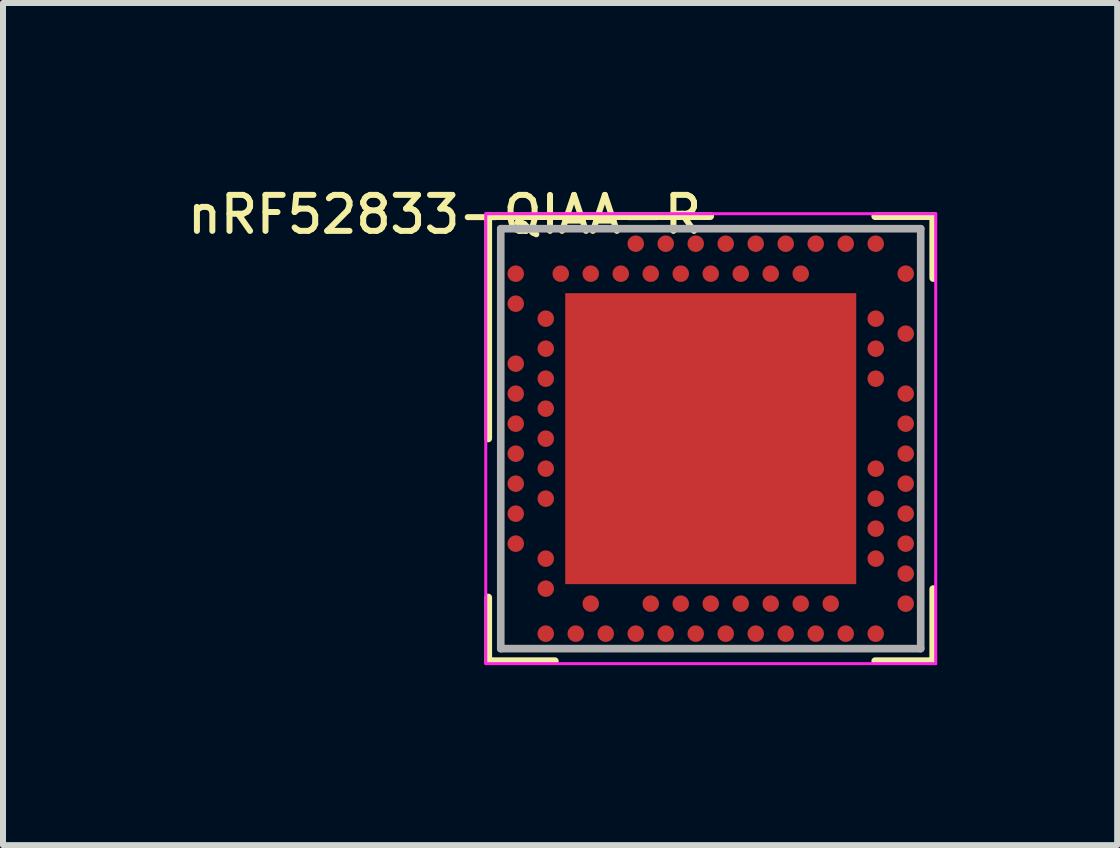
<source format=kicad_pcb>
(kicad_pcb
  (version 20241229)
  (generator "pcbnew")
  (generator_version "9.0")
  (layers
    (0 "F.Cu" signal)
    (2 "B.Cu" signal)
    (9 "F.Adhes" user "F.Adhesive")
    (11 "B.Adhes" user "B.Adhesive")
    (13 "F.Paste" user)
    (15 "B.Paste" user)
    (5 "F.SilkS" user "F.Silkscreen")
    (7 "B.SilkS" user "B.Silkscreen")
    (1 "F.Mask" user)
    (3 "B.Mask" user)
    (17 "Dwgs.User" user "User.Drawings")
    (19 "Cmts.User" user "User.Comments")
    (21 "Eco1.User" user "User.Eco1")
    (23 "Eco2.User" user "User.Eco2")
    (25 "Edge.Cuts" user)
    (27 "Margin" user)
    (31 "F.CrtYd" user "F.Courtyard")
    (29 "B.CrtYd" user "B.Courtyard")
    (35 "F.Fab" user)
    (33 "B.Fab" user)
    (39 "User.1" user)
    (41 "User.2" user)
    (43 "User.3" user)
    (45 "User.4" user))
  (footprint "nRF52833-QIAA-R"
    (layer "F.Cu")
    (at 8.797 4.262)
    (property "Reference" "nRF52833-QIAA-R" (at -4.436 -3.736 0) (layer "F.SilkS") (effects (font (size 0.6 0.6) (thickness 0.1))))
    (attr through_hole)
    (fp_circle (center -3.25 -2.75) (end -3.169 -2.75) (stroke (width 0.163) (type solid)) (fill no) (layer "F.Mask"))
    (fp_circle (center -3.25 -2.25) (end -3.169 -2.25) (stroke (width 0.163) (type solid)) (fill no) (layer "F.Mask"))
    (fp_circle (center -3.25 -1.25) (end -3.169 -1.25) (stroke (width 0.163) (type solid)) (fill no) (layer "F.Mask"))
    (fp_circle (center -3.25 -0.75) (end -3.169 -0.75) (stroke (width 0.163) (type solid)) (fill no) (layer "F.Mask"))
    (fp_circle (center -3.25 -0.25) (end -3.169 -0.25) (stroke (width 0.163) (type solid)) (fill no) (layer "F.Mask"))
    (fp_circle (center -3.25 0.25) (end -3.169 0.25) (stroke (width 0.163) (type solid)) (fill no) (layer "F.Mask"))
    (fp_circle (center -3.25 0.75) (end -3.169 0.75) (stroke (width 0.163) (type solid)) (fill no) (layer "F.Mask"))
    (fp_circle (center -3.25 1.25) (end -3.169 1.25) (stroke (width 0.163) (type solid)) (fill no) (layer "F.Mask"))
    (fp_circle (center -3.25 1.75) (end -3.169 1.75) (stroke (width 0.163) (type solid)) (fill no) (layer "F.Mask"))
    (fp_circle (center -2.75 -2) (end -2.669 -2) (stroke (width 0.163) (type solid)) (fill no) (layer "F.Mask"))
    (fp_circle (center -2.75 -1.5) (end -2.669 -1.5) (stroke (width 0.163) (type solid)) (fill no) (layer "F.Mask"))
    (fp_circle (center -2.75 -1) (end -2.669 -1) (stroke (width 0.163) (type solid)) (fill no) (layer "F.Mask"))
    (fp_circle (center -2.75 -0.5) (end -2.669 -0.5) (stroke (width 0.163) (type solid)) (fill no) (layer "F.Mask"))
    (fp_circle (center -2.75 0) (end -2.669 0) (stroke (width 0.163) (type solid)) (fill no) (layer "F.Mask"))
    (fp_circle (center -2.75 0.5) (end -2.669 0.5) (stroke (width 0.163) (type solid)) (fill no) (layer "F.Mask"))
    (fp_circle (center -2.75 1) (end -2.669 1) (stroke (width 0.163) (type solid)) (fill no) (layer "F.Mask"))
    (fp_circle (center -2.75 2) (end -2.669 2) (stroke (width 0.163) (type solid)) (fill no) (layer "F.Mask"))
    (fp_circle (center -2.75 2.5) (end -2.669 2.5) (stroke (width 0.163) (type solid)) (fill no) (layer "F.Mask"))
    (fp_circle (center -2.75 3.25) (end -2.669 3.25) (stroke (width 0.163) (type solid)) (fill no) (layer "F.Mask"))
    (fp_circle (center -2.5 -2.75) (end -2.419 -2.75) (stroke (width 0.163) (type solid)) (fill no) (layer "F.Mask"))
    (fp_circle (center -2.25 3.25) (end -2.169 3.25) (stroke (width 0.163) (type solid)) (fill no) (layer "F.Mask"))
    (fp_circle (center -2 -2.75) (end -1.919 -2.75) (stroke (width 0.163) (type solid)) (fill no) (layer "F.Mask"))
    (fp_circle (center -2 2.75) (end -1.919 2.75) (stroke (width 0.163) (type solid)) (fill no) (layer "F.Mask"))
    (fp_circle (center -1.75 3.25) (end -1.669 3.25) (stroke (width 0.163) (type solid)) (fill no) (layer "F.Mask"))
    (fp_circle (center -1.5 -2.75) (end -1.419 -2.75) (stroke (width 0.163) (type solid)) (fill no) (layer "F.Mask"))
    (fp_circle (center -1.25 -3.25) (end -1.169 -3.25) (stroke (width 0.163) (type solid)) (fill no) (layer "F.Mask"))
    (fp_circle (center -1.25 3.25) (end -1.169 3.25) (stroke (width 0.163) (type solid)) (fill no) (layer "F.Mask"))
    (fp_circle (center -1 -2.75) (end -0.919 -2.75) (stroke (width 0.163) (type solid)) (fill no) (layer "F.Mask"))
    (fp_circle (center -1 2.75) (end -0.919 2.75) (stroke (width 0.163) (type solid)) (fill no) (layer "F.Mask"))
    (fp_circle (center -0.75 -3.25) (end -0.669 -3.25) (stroke (width 0.163) (type solid)) (fill no) (layer "F.Mask"))
    (fp_circle (center -0.75 3.25) (end -0.669 3.25) (stroke (width 0.163) (type solid)) (fill no) (layer "F.Mask"))
    (fp_circle (center -0.5 -2.75) (end -0.419 -2.75) (stroke (width 0.163) (type solid)) (fill no) (layer "F.Mask"))
    (fp_circle (center -0.5 2.75) (end -0.419 2.75) (stroke (width 0.163) (type solid)) (fill no) (layer "F.Mask"))
    (fp_circle (center -0.25 -3.25) (end -0.169 -3.25) (stroke (width 0.163) (type solid)) (fill no) (layer "F.Mask"))
    (fp_circle (center -0.25 3.25) (end -0.169 3.25) (stroke (width 0.163) (type solid)) (fill no) (layer "F.Mask"))
    (fp_circle (center 0 -2.75) (end 0.081 -2.75) (stroke (width 0.163) (type solid)) (fill no) (layer "F.Mask"))
    (fp_circle (center 0 2.75) (end 0.081 2.75) (stroke (width 0.163) (type solid)) (fill no) (layer "F.Mask"))
    (fp_circle (center 0.25 -3.25) (end 0.331 -3.25) (stroke (width 0.163) (type solid)) (fill no) (layer "F.Mask"))
    (fp_circle (center 0.25 3.25) (end 0.331 3.25) (stroke (width 0.163) (type solid)) (fill no) (layer "F.Mask"))
    (fp_circle (center 0.5 -2.75) (end 0.581 -2.75) (stroke (width 0.163) (type solid)) (fill no) (layer "F.Mask"))
    (fp_circle (center 0.5 2.75) (end 0.581 2.75) (stroke (width 0.163) (type solid)) (fill no) (layer "F.Mask"))
    (fp_circle (center 0.75 -3.25) (end 0.831 -3.25) (stroke (width 0.163) (type solid)) (fill no) (layer "F.Mask"))
    (fp_circle (center 0.75 3.25) (end 0.831 3.25) (stroke (width 0.163) (type solid)) (fill no) (layer "F.Mask"))
    (fp_circle (center 1 -2.75) (end 1.081 -2.75) (stroke (width 0.163) (type solid)) (fill no) (layer "F.Mask"))
    (fp_circle (center 1 2.75) (end 1.081 2.75) (stroke (width 0.163) (type solid)) (fill no) (layer "F.Mask"))
    (fp_circle (center 1.25 -3.25) (end 1.331 -3.25) (stroke (width 0.163) (type solid)) (fill no) (layer "F.Mask"))
    (fp_circle (center 1.25 3.25) (end 1.331 3.25) (stroke (width 0.163) (type solid)) (fill no) (layer "F.Mask"))
    (fp_circle (center 1.5 -2.75) (end 1.581 -2.75) (stroke (width 0.163) (type solid)) (fill no) (layer "F.Mask"))
    (fp_circle (center 1.5 2.75) (end 1.581 2.75) (stroke (width 0.163) (type solid)) (fill no) (layer "F.Mask"))
    (fp_circle (center 1.75 -3.25) (end 1.831 -3.25) (stroke (width 0.163) (type solid)) (fill no) (layer "F.Mask"))
    (fp_circle (center 1.75 3.25) (end 1.831 3.25) (stroke (width 0.163) (type solid)) (fill no) (layer "F.Mask"))
    (fp_circle (center 2 2.75) (end 2.081 2.75) (stroke (width 0.163) (type solid)) (fill no) (layer "F.Mask"))
    (fp_circle (center 2.25 -3.25) (end 2.331 -3.25) (stroke (width 0.163) (type solid)) (fill no) (layer "F.Mask"))
    (fp_circle (center 2.25 3.25) (end 2.331 3.25) (stroke (width 0.163) (type solid)) (fill no) (layer "F.Mask"))
    (fp_circle (center 2.75 -3.25) (end 2.831 -3.25) (stroke (width 0.163) (type solid)) (fill no) (layer "F.Mask"))
    (fp_circle (center 2.75 -2) (end 2.831 -2) (stroke (width 0.163) (type solid)) (fill no) (layer "F.Mask"))
    (fp_circle (center 2.75 -1.5) (end 2.831 -1.5) (stroke (width 0.163) (type solid)) (fill no) (layer "F.Mask"))
    (fp_circle (center 2.75 -1) (end 2.831 -1) (stroke (width 0.163) (type solid)) (fill no) (layer "F.Mask"))
    (fp_circle (center 2.75 0.5) (end 2.831 0.5) (stroke (width 0.163) (type solid)) (fill no) (layer "F.Mask"))
    (fp_circle (center 2.75 1) (end 2.831 1) (stroke (width 0.163) (type solid)) (fill no) (layer "F.Mask"))
    (fp_circle (center 2.75 1.5) (end 2.831 1.5) (stroke (width 0.163) (type solid)) (fill no) (layer "F.Mask"))
    (fp_circle (center 2.75 2) (end 2.831 2) (stroke (width 0.163) (type solid)) (fill no) (layer "F.Mask"))
    (fp_circle (center 2.75 3.25) (end 2.831 3.25) (stroke (width 0.163) (type solid)) (fill no) (layer "F.Mask"))
    (fp_circle (center 3.25 -2.75) (end 3.331 -2.75) (stroke (width 0.163) (type solid)) (fill no) (layer "F.Mask"))
    (fp_circle (center 3.25 -1.75) (end 3.331 -1.75) (stroke (width 0.163) (type solid)) (fill no) (layer "F.Mask"))
    (fp_circle (center 3.25 -0.75) (end 3.331 -0.75) (stroke (width 0.163) (type solid)) (fill no) (layer "F.Mask"))
    (fp_circle (center 3.25 -0.25) (end 3.331 -0.25) (stroke (width 0.163) (type solid)) (fill no) (layer "F.Mask"))
    (fp_circle (center 3.25 0.25) (end 3.331 0.25) (stroke (width 0.163) (type solid)) (fill no) (layer "F.Mask"))
    (fp_circle (center 3.25 0.75) (end 3.331 0.75) (stroke (width 0.163) (type solid)) (fill no) (layer "F.Mask"))
    (fp_circle (center 3.25 1.25) (end 3.331 1.25) (stroke (width 0.163) (type solid)) (fill no) (layer "F.Mask"))
    (fp_circle (center 3.25 1.75) (end 3.331 1.75) (stroke (width 0.163) (type solid)) (fill no) (layer "F.Mask"))
    (fp_circle (center 3.25 2.25) (end 3.331 2.25) (stroke (width 0.163) (type solid)) (fill no) (layer "F.Mask"))
    (fp_circle (center 3.25 2.75) (end 3.331 2.75) (stroke (width 0.163) (type solid)) (fill no) (layer "F.Mask"))
    (fp_line (start -3.708 -0.003) (end -3.708 -3.708) (stroke (width 0.127) (type solid)) (layer "F.SilkS"))
    (fp_line (start -3.708 -3.708) (end -0.008 -3.708) (stroke (width 0.127) (type solid)) (layer "F.SilkS"))
    (fp_line (start -3.708 3.708) (end -3.708 2.647) (stroke (width 0.127) (type solid)) (layer "F.SilkS"))
    (fp_line (start -2.598 3.708) (end -3.708 3.708) (stroke (width 0.127) (type solid)) (layer "F.SilkS"))
    (fp_line (start 2.741 -3.708) (end 3.708 -3.708) (stroke (width 0.127) (type solid)) (layer "F.SilkS"))
    (fp_line (start 3.708 -3.708) (end 3.708 -2.677) (stroke (width 0.127) (type solid)) (layer "F.SilkS"))
    (fp_line (start 3.708 2.507) (end 3.708 3.708) (stroke (width 0.127) (type solid)) (layer "F.SilkS"))
    (fp_line (start 3.708 3.708) (end 2.741 3.708) (stroke (width 0.127) (type solid)) (layer "F.SilkS"))
    (fp_circle (center -3.25 -2.75) (end -3.178 -2.75) (stroke (width 0.143) (type solid)) (fill no) (layer "F.Paste"))
    (fp_circle (center -3.25 -2.25) (end -3.178 -2.25) (stroke (width 0.143) (type solid)) (fill no) (layer "F.Paste"))
    (fp_circle (center -3.25 -1.25) (end -3.178 -1.25) (stroke (width 0.143) (type solid)) (fill no) (layer "F.Paste"))
    (fp_circle (center -3.25 -0.75) (end -3.178 -0.75) (stroke (width 0.143) (type solid)) (fill no) (layer "F.Paste"))
    (fp_circle (center -3.25 -0.25) (end -3.178 -0.25) (stroke (width 0.143) (type solid)) (fill no) (layer "F.Paste"))
    (fp_circle (center -3.25 0.25) (end -3.178 0.25) (stroke (width 0.143) (type solid)) (fill no) (layer "F.Paste"))
    (fp_circle (center -3.25 0.75) (end -3.178 0.75) (stroke (width 0.143) (type solid)) (fill no) (layer "F.Paste"))
    (fp_circle (center -3.25 1.25) (end -3.178 1.25) (stroke (width 0.143) (type solid)) (fill no) (layer "F.Paste"))
    (fp_circle (center -3.25 1.75) (end -3.178 1.75) (stroke (width 0.143) (type solid)) (fill no) (layer "F.Paste"))
    (fp_circle (center -2.75 -2) (end -2.678 -2) (stroke (width 0.143) (type solid)) (fill no) (layer "F.Paste"))
    (fp_circle (center -2.75 -1.5) (end -2.678 -1.5) (stroke (width 0.143) (type solid)) (fill no) (layer "F.Paste"))
    (fp_circle (center -2.75 -1) (end -2.678 -1) (stroke (width 0.143) (type solid)) (fill no) (layer "F.Paste"))
    (fp_circle (center -2.75 -0.5) (end -2.678 -0.5) (stroke (width 0.143) (type solid)) (fill no) (layer "F.Paste"))
    (fp_circle (center -2.75 0) (end -2.678 0) (stroke (width 0.143) (type solid)) (fill no) (layer "F.Paste"))
    (fp_circle (center -2.75 0.5) (end -2.678 0.5) (stroke (width 0.143) (type solid)) (fill no) (layer "F.Paste"))
    (fp_circle (center -2.75 1) (end -2.678 1) (stroke (width 0.143) (type solid)) (fill no) (layer "F.Paste"))
    (fp_circle (center -2.75 2) (end -2.678 2) (stroke (width 0.143) (type solid)) (fill no) (layer "F.Paste"))
    (fp_circle (center -2.75 2.5) (end -2.678 2.5) (stroke (width 0.143) (type solid)) (fill no) (layer "F.Paste"))
    (fp_circle (center -2.75 3.25) (end -2.678 3.25) (stroke (width 0.143) (type solid)) (fill no) (layer "F.Paste"))
    (fp_circle (center -2.5 -2.75) (end -2.428 -2.75) (stroke (width 0.143) (type solid)) (fill no) (layer "F.Paste"))
    (fp_circle (center -2.25 3.25) (end -2.178 3.25) (stroke (width 0.143) (type solid)) (fill no) (layer "F.Paste"))
    (fp_circle (center -2 -2.75) (end -1.928 -2.75) (stroke (width 0.143) (type solid)) (fill no) (layer "F.Paste"))
    (fp_circle (center -2 2.75) (end -1.928 2.75) (stroke (width 0.143) (type solid)) (fill no) (layer "F.Paste"))
    (fp_circle (center -1.75 3.25) (end -1.678 3.25) (stroke (width 0.143) (type solid)) (fill no) (layer "F.Paste"))
    (fp_circle (center -1.5 -2.75) (end -1.428 -2.75) (stroke (width 0.143) (type solid)) (fill no) (layer "F.Paste"))
    (fp_circle (center -1.25 -3.25) (end -1.178 -3.25) (stroke (width 0.143) (type solid)) (fill no) (layer "F.Paste"))
    (fp_circle (center -1.25 3.25) (end -1.178 3.25) (stroke (width 0.143) (type solid)) (fill no) (layer "F.Paste"))
    (fp_circle (center -1 -2.75) (end -0.928 -2.75) (stroke (width 0.143) (type solid)) (fill no) (layer "F.Paste"))
    (fp_circle (center -1 2.75) (end -0.928 2.75) (stroke (width 0.143) (type solid)) (fill no) (layer "F.Paste"))
    (fp_circle (center -0.75 -3.25) (end -0.678 -3.25) (stroke (width 0.143) (type solid)) (fill no) (layer "F.Paste"))
    (fp_circle (center -0.75 3.25) (end -0.678 3.25) (stroke (width 0.143) (type solid)) (fill no) (layer "F.Paste"))
    (fp_circle (center -0.5 -2.75) (end -0.428 -2.75) (stroke (width 0.143) (type solid)) (fill no) (layer "F.Paste"))
    (fp_circle (center -0.5 2.75) (end -0.428 2.75) (stroke (width 0.143) (type solid)) (fill no) (layer "F.Paste"))
    (fp_circle (center -0.25 -3.25) (end -0.178 -3.25) (stroke (width 0.143) (type solid)) (fill no) (layer "F.Paste"))
    (fp_circle (center -0.25 3.25) (end -0.178 3.25) (stroke (width 0.143) (type solid)) (fill no) (layer "F.Paste"))
    (fp_circle (center 0 -2.75) (end 0.072 -2.75) (stroke (width 0.143) (type solid)) (fill no) (layer "F.Paste"))
    (fp_circle (center 0 2.75) (end 0.072 2.75) (stroke (width 0.143) (type solid)) (fill no) (layer "F.Paste"))
    (fp_circle (center 0.25 -3.25) (end 0.322 -3.25) (stroke (width 0.143) (type solid)) (fill no) (layer "F.Paste"))
    (fp_circle (center 0.25 3.25) (end 0.322 3.25) (stroke (width 0.143) (type solid)) (fill no) (layer "F.Paste"))
    (fp_circle (center 0.5 -2.75) (end 0.572 -2.75) (stroke (width 0.143) (type solid)) (fill no) (layer "F.Paste"))
    (fp_circle (center 0.5 2.75) (end 0.572 2.75) (stroke (width 0.143) (type solid)) (fill no) (layer "F.Paste"))
    (fp_circle (center 0.75 -3.25) (end 0.822 -3.25) (stroke (width 0.143) (type solid)) (fill no) (layer "F.Paste"))
    (fp_circle (center 0.75 3.25) (end 0.822 3.25) (stroke (width 0.143) (type solid)) (fill no) (layer "F.Paste"))
    (fp_circle (center 1 -2.75) (end 1.072 -2.75) (stroke (width 0.143) (type solid)) (fill no) (layer "F.Paste"))
    (fp_circle (center 1 2.75) (end 1.072 2.75) (stroke (width 0.143) (type solid)) (fill no) (layer "F.Paste"))
    (fp_circle (center 1.25 -3.25) (end 1.322 -3.25) (stroke (width 0.143) (type solid)) (fill no) (layer "F.Paste"))
    (fp_circle (center 1.25 3.25) (end 1.322 3.25) (stroke (width 0.143) (type solid)) (fill no) (layer "F.Paste"))
    (fp_circle (center 1.5 -2.75) (end 1.572 -2.75) (stroke (width 0.143) (type solid)) (fill no) (layer "F.Paste"))
    (fp_circle (center 1.5 2.75) (end 1.572 2.75) (stroke (width 0.143) (type solid)) (fill no) (layer "F.Paste"))
    (fp_circle (center 1.75 -3.25) (end 1.822 -3.25) (stroke (width 0.143) (type solid)) (fill no) (layer "F.Paste"))
    (fp_circle (center 1.75 3.25) (end 1.822 3.25) (stroke (width 0.143) (type solid)) (fill no) (layer "F.Paste"))
    (fp_circle (center 2 2.75) (end 2.072 2.75) (stroke (width 0.143) (type solid)) (fill no) (layer "F.Paste"))
    (fp_circle (center 2.25 -3.25) (end 2.322 -3.25) (stroke (width 0.143) (type solid)) (fill no) (layer "F.Paste"))
    (fp_circle (center 2.25 3.25) (end 2.322 3.25) (stroke (width 0.143) (type solid)) (fill no) (layer "F.Paste"))
    (fp_circle (center 2.75 -3.25) (end 2.822 -3.25) (stroke (width 0.143) (type solid)) (fill no) (layer "F.Paste"))
    (fp_circle (center 2.75 -2) (end 2.822 -2) (stroke (width 0.143) (type solid)) (fill no) (layer "F.Paste"))
    (fp_circle (center 2.75 -1.5) (end 2.822 -1.5) (stroke (width 0.143) (type solid)) (fill no) (layer "F.Paste"))
    (fp_circle (center 2.75 -1) (end 2.822 -1) (stroke (width 0.143) (type solid)) (fill no) (layer "F.Paste"))
    (fp_circle (center 2.75 0.5) (end 2.822 0.5) (stroke (width 0.143) (type solid)) (fill no) (layer "F.Paste"))
    (fp_circle (center 2.75 1) (end 2.822 1) (stroke (width 0.143) (type solid)) (fill no) (layer "F.Paste"))
    (fp_circle (center 2.75 1.5) (end 2.822 1.5) (stroke (width 0.143) (type solid)) (fill no) (layer "F.Paste"))
    (fp_circle (center 2.75 2) (end 2.822 2) (stroke (width 0.143) (type solid)) (fill no) (layer "F.Paste"))
    (fp_circle (center 2.75 3.25) (end 2.822 3.25) (stroke (width 0.143) (type solid)) (fill no) (layer "F.Paste"))
    (fp_circle (center 3.25 -2.75) (end 3.322 -2.75) (stroke (width 0.143) (type solid)) (fill no) (layer "F.Paste"))
    (fp_circle (center 3.25 -1.75) (end 3.322 -1.75) (stroke (width 0.143) (type solid)) (fill no) (layer "F.Paste"))
    (fp_circle (center 3.25 -0.75) (end 3.322 -0.75) (stroke (width 0.143) (type solid)) (fill no) (layer "F.Paste"))
    (fp_circle (center 3.25 -0.25) (end 3.322 -0.25) (stroke (width 0.143) (type solid)) (fill no) (layer "F.Paste"))
    (fp_circle (center 3.25 0.25) (end 3.322 0.25) (stroke (width 0.143) (type solid)) (fill no) (layer "F.Paste"))
    (fp_circle (center 3.25 0.75) (end 3.322 0.75) (stroke (width 0.143) (type solid)) (fill no) (layer "F.Paste"))
    (fp_circle (center 3.25 1.25) (end 3.322 1.25) (stroke (width 0.143) (type solid)) (fill no) (layer "F.Paste"))
    (fp_circle (center 3.25 1.75) (end 3.322 1.75) (stroke (width 0.143) (type solid)) (fill no) (layer "F.Paste"))
    (fp_circle (center 3.25 2.25) (end 3.322 2.25) (stroke (width 0.143) (type solid)) (fill no) (layer "F.Paste"))
    (fp_circle (center 3.25 2.75) (end 3.322 2.75) (stroke (width 0.143) (type solid)) (fill no) (layer "F.Paste"))
    (fp_line (start -3.75 -3.75) (end 3.75 -3.75) (stroke (width 0.05) (type solid)) (layer "F.CrtYd"))
    (fp_line (start -3.75 3.75) (end -3.75 -3.75) (stroke (width 0.05) (type solid)) (layer "F.CrtYd"))
    (fp_line (start 3.75 -3.75) (end 3.75 3.75) (stroke (width 0.05) (type solid)) (layer "F.CrtYd"))
    (fp_line (start 3.75 3.75) (end -3.75 3.75) (stroke (width 0.05) (type solid)) (layer "F.CrtYd"))
    (fp_line (start -3.5 -3.5) (end 3.5 -3.5) (stroke (width 0.127) (type solid)) (layer "F.Fab"))
    (fp_line (start -3.5 3.5) (end -3.5 -3.5) (stroke (width 0.127) (type solid)) (layer "F.Fab"))
    (fp_line (start 3.5 -3.5) (end 3.5 3.5) (stroke (width 0.127) (type solid)) (layer "F.Fab"))
    (fp_line (start 3.5 3.5) (end -3.5 3.5) (stroke (width 0.127) (type solid)) (layer "F.Fab"))
    (pad "74" smd rect (at 0 0) (size 4.85 4.85) (layers "F.Cu" "F.Mask"))
    (pad "A8" smd circle (at -1.25 -3.25) (size 0.275 0.275) (layers "F.Cu"))
    (pad "A10" smd circle (at -0.75 -3.25) (size 0.275 0.275) (layers "F.Cu"))
    (pad "A12" smd circle (at -0.25 -3.25) (size 0.275 0.275) (layers "F.Cu"))
    (pad "A14" smd circle (at 0.25 -3.25) (size 0.275 0.275) (layers "F.Cu"))
    (pad "A16" smd circle (at 0.75 -3.25) (size 0.275 0.275) (layers "F.Cu"))
    (pad "A18" smd circle (at 1.25 -3.25) (size 0.275 0.275) (layers "F.Cu"))
    (pad "A20" smd circle (at 1.75 -3.25) (size 0.275 0.275) (layers "F.Cu"))
    (pad "A22" smd circle (at 2.25 -3.25) (size 0.275 0.275) (layers "F.Cu"))
    (pad "A23" smd circle (at 2.75 -3.25) (size 0.275 0.275) (layers "F.Cu"))
    (pad "AA24" smd circle (at 3.25 2.25) (size 0.275 0.275) (layers "F.Cu"))
    (pad "AB2" smd circle (at -2.75 2.5) (size 0.275 0.275) (layers "F.Cu"))
    (pad "AC5" smd circle (at -2 2.75) (size 0.275 0.275) (layers "F.Cu"))
    (pad "AC9" smd circle (at -1 2.75) (size 0.275 0.275) (layers "F.Cu"))
    (pad "AC11" smd circle (at -0.5 2.75) (size 0.275 0.275) (layers "F.Cu"))
    (pad "AC13" smd circle (at 0 2.75) (size 0.275 0.275) (layers "F.Cu"))
    (pad "AC15" smd circle (at 0.5 2.75) (size 0.275 0.275) (layers "F.Cu"))
    (pad "AC17" smd circle (at 1 2.75) (size 0.275 0.275) (layers "F.Cu"))
    (pad "AC19" smd circle (at 1.5 2.75) (size 0.275 0.275) (layers "F.Cu"))
    (pad "AC21" smd circle (at 2 2.75) (size 0.275 0.275) (layers "F.Cu"))
    (pad "AC24" smd circle (at 3.25 2.75) (size 0.275 0.275) (layers "F.Cu"))
    (pad "AD2" smd circle (at -2.75 3.25) (size 0.275 0.275) (layers "F.Cu"))
    (pad "AD4" smd circle (at -2.25 3.25) (size 0.275 0.275) (layers "F.Cu"))
    (pad "AD6" smd circle (at -1.75 3.25) (size 0.275 0.275) (layers "F.Cu"))
    (pad "AD8" smd circle (at -1.25 3.25) (size 0.275 0.275) (layers "F.Cu"))
    (pad "AD10" smd circle (at -0.75 3.25) (size 0.275 0.275) (layers "F.Cu"))
    (pad "AD12" smd circle (at -0.25 3.25) (size 0.275 0.275) (layers "F.Cu"))
    (pad "AD14" smd circle (at 0.25 3.25) (size 0.275 0.275) (layers "F.Cu"))
    (pad "AD16" smd circle (at 0.75 3.25) (size 0.275 0.275) (layers "F.Cu"))
    (pad "AD18" smd circle (at 1.25 3.25) (size 0.275 0.275) (layers "F.Cu"))
    (pad "AD20" smd circle (at 1.75 3.25) (size 0.275 0.275) (layers "F.Cu"))
    (pad "AD22" smd circle (at 2.25 3.25) (size 0.275 0.275) (layers "F.Cu"))
    (pad "AD23" smd circle (at 2.75 3.25) (size 0.275 0.275) (layers "F.Cu"))
    (pad "B1" smd circle (at -3.25 -2.75) (size 0.275 0.275) (layers "F.Cu"))
    (pad "B3" smd circle (at -2.5 -2.75) (size 0.275 0.275) (layers "F.Cu"))
    (pad "B5" smd circle (at -2 -2.75) (size 0.275 0.275) (layers "F.Cu"))
    (pad "B7" smd circle (at -1.5 -2.75) (size 0.275 0.275) (layers "F.Cu"))
    (pad "B9" smd circle (at -1 -2.75) (size 0.275 0.275) (layers "F.Cu"))
    (pad "B11" smd circle (at -0.5 -2.75) (size 0.275 0.275) (layers "F.Cu"))
    (pad "B13" smd circle (at 0 -2.75) (size 0.275 0.275) (layers "F.Cu"))
    (pad "B15" smd circle (at 0.5 -2.75) (size 0.275 0.275) (layers "F.Cu"))
    (pad "B17" smd circle (at 1 -2.75) (size 0.275 0.275) (layers "F.Cu"))
    (pad "B19" smd circle (at 1.5 -2.75) (size 0.275 0.275) (layers "F.Cu"))
    (pad "B24" smd circle (at 3.25 -2.75) (size 0.275 0.275) (layers "F.Cu"))
    (pad "C1" smd circle (at -3.25 -2.25) (size 0.275 0.275) (layers "F.Cu"))
    (pad "D2" smd circle (at -2.75 -2) (size 0.275 0.275) (layers "F.Cu"))
    (pad "D23" smd circle (at 2.75 -2) (size 0.275 0.275) (layers "F.Cu"))
    (pad "E24" smd circle (at 3.25 -1.75) (size 0.275 0.275) (layers "F.Cu"))
    (pad "F2" smd circle (at -2.75 -1.5) (size 0.275 0.275) (layers "F.Cu"))
    (pad "F23" smd circle (at 2.75 -1.5) (size 0.275 0.275) (layers "F.Cu"))
    (pad "G1" smd circle (at -3.25 -1.25) (size 0.275 0.275) (layers "F.Cu"))
    (pad "H2" smd circle (at -2.75 -1) (size 0.275 0.275) (layers "F.Cu"))
    (pad "H23" smd circle (at 2.75 -1) (size 0.275 0.275) (layers "F.Cu"))
    (pad "J1" smd circle (at -3.25 -0.75) (size 0.275 0.275) (layers "F.Cu"))
    (pad "J24" smd circle (at 3.25 -0.75) (size 0.275 0.275) (layers "F.Cu"))
    (pad "K2" smd circle (at -2.75 -0.5) (size 0.275 0.275) (layers "F.Cu"))
    (pad "L1" smd circle (at -3.25 -0.25) (size 0.275 0.275) (layers "F.Cu"))
    (pad "L24" smd circle (at 3.25 -0.25) (size 0.275 0.275) (layers "F.Cu"))
    (pad "M2" smd circle (at -2.75 0) (size 0.275 0.275) (layers "F.Cu"))
    (pad "N1" smd circle (at -3.25 0.25) (size 0.275 0.275) (layers "F.Cu"))
    (pad "N24" smd circle (at 3.25 0.25) (size 0.275 0.275) (layers "F.Cu"))
    (pad "P2" smd circle (at -2.75 0.5) (size 0.275 0.275) (layers "F.Cu"))
    (pad "P23" smd circle (at 2.75 0.5) (size 0.275 0.275) (layers "F.Cu"))
    (pad "R1" smd circle (at -3.25 0.75) (size 0.275 0.275) (layers "F.Cu"))
    (pad "R24" smd circle (at 3.25 0.75) (size 0.275 0.275) (layers "F.Cu"))
    (pad "T2" smd circle (at -2.75 1) (size 0.275 0.275) (layers "F.Cu"))
    (pad "T23" smd circle (at 2.75 1) (size 0.275 0.275) (layers "F.Cu"))
    (pad "U1" smd circle (at -3.25 1.25) (size 0.275 0.275) (layers "F.Cu"))
    (pad "U24" smd circle (at 3.25 1.25) (size 0.275 0.275) (layers "F.Cu"))
    (pad "V23" smd circle (at 2.75 1.5) (size 0.275 0.275) (layers "F.Cu"))
    (pad "W1" smd circle (at -3.25 1.75) (size 0.275 0.275) (layers "F.Cu"))
    (pad "W24" smd circle (at 3.25 1.75) (size 0.275 0.275) (layers "F.Cu"))
    (pad "Y2" smd circle (at -2.75 2) (size 0.275 0.275) (layers "F.Cu"))
    (pad "Y23" smd circle (at 2.75 2) (size 0.275 0.275) (layers "F.Cu")))
  (gr_rect
    (start -3 -3)
    (end 15.572 11.037)
    (stroke (width 0.1) (type default))
    (fill no)
    (layer "Edge.Cuts")))
</source>
